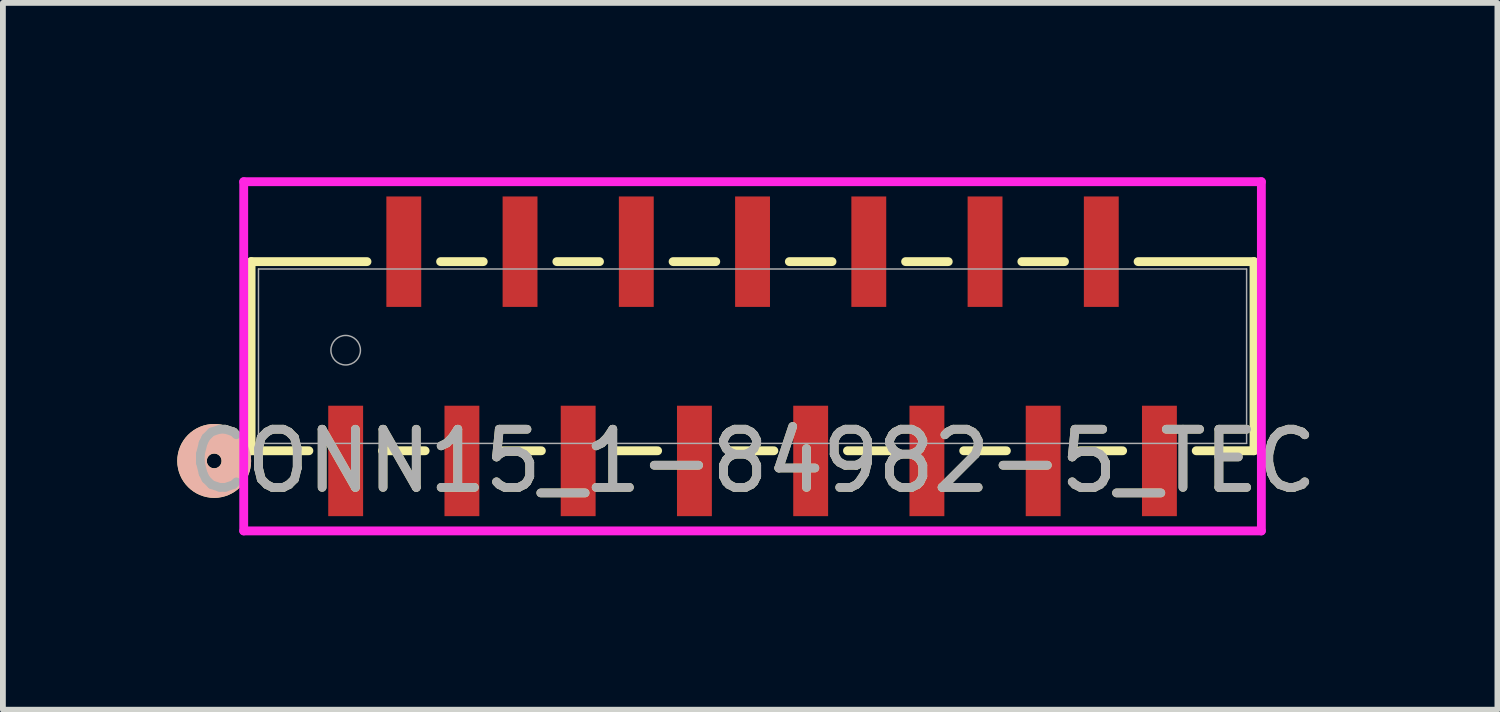
<source format=kicad_pcb>
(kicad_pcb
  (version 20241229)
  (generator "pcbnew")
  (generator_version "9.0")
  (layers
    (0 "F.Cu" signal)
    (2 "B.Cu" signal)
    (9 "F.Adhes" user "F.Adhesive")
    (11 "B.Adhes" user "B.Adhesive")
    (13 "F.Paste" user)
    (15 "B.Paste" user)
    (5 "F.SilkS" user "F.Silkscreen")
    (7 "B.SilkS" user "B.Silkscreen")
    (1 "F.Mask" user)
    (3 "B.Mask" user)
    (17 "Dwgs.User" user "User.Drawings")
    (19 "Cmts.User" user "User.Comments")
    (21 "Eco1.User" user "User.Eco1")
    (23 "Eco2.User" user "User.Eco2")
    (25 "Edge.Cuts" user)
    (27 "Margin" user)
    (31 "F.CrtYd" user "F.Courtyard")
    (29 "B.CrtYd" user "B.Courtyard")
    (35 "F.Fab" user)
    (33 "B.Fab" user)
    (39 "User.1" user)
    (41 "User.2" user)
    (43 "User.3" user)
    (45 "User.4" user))
  (footprint "CONN15_1-84982-5_TEC"
    (layer "F.Cu")
    (at 9.897 3.078)
    (property "Reference" "CONN15_1-84982-5_TEC" (at 0 1.802 0) (unlocked yes) (layer "F.SilkS") (effects (font (size 1 1) (thickness 0.15))))
    (attr smd)
    (fp_line (start -8.627 -1.627) (end -8.627 1.627) (stroke (width 0.152) (type solid)) (layer "F.SilkS"))
    (fp_line (start -8.627 1.627) (end -7.633 1.627) (stroke (width 0.152) (type solid)) (layer "F.SilkS"))
    (fp_line (start -6.633 -1.627) (end -8.627 -1.627) (stroke (width 0.152) (type solid)) (layer "F.SilkS"))
    (fp_line (start -6.367 1.627) (end -5.633 1.627) (stroke (width 0.152) (type solid)) (layer "F.SilkS"))
    (fp_line (start -4.633 -1.627) (end -5.367 -1.627) (stroke (width 0.152) (type solid)) (layer "F.SilkS"))
    (fp_line (start -4.367 1.627) (end -3.633 1.627) (stroke (width 0.152) (type solid)) (layer "F.SilkS"))
    (fp_line (start -2.633 -1.627) (end -3.367 -1.627) (stroke (width 0.152) (type solid)) (layer "F.SilkS"))
    (fp_line (start -2.367 1.627) (end -1.633 1.627) (stroke (width 0.152) (type solid)) (layer "F.SilkS"))
    (fp_line (start -0.633 -1.627) (end -1.367 -1.627) (stroke (width 0.152) (type solid)) (layer "F.SilkS"))
    (fp_line (start -0.367 1.627) (end 0.367 1.627) (stroke (width 0.152) (type solid)) (layer "F.SilkS"))
    (fp_line (start 1.367 -1.627) (end 0.633 -1.627) (stroke (width 0.152) (type solid)) (layer "F.SilkS"))
    (fp_line (start 1.633 1.627) (end 2.367 1.627) (stroke (width 0.152) (type solid)) (layer "F.SilkS"))
    (fp_line (start 3.367 -1.627) (end 2.633 -1.627) (stroke (width 0.152) (type solid)) (layer "F.SilkS"))
    (fp_line (start 3.633 1.627) (end 4.367 1.627) (stroke (width 0.152) (type solid)) (layer "F.SilkS"))
    (fp_line (start 5.367 -1.627) (end 4.633 -1.627) (stroke (width 0.152) (type solid)) (layer "F.SilkS"))
    (fp_line (start 5.633 1.627) (end 6.367 1.627) (stroke (width 0.152) (type solid)) (layer "F.SilkS"))
    (fp_line (start 7.633 1.627) (end 8.627 1.627) (stroke (width 0.152) (type solid)) (layer "F.SilkS"))
    (fp_line (start 8.627 -1.627) (end 6.633 -1.627) (stroke (width 0.152) (type solid)) (layer "F.SilkS"))
    (fp_line (start 8.627 1.627) (end 8.627 -1.627) (stroke (width 0.152) (type solid)) (layer "F.SilkS"))
    (fp_circle (center -9.262 1.802) (end -8.881 1.802) (stroke (width 0.508) (type solid)) (fill no) (layer "F.SilkS"))
    (fp_circle (center -9.262 1.802) (end -8.881 1.802) (stroke (width 0.508) (type solid)) (fill no) (layer "B.SilkS"))
    (fp_line (start -8.754 -3.002) (end -8.754 3.006) (stroke (width 0.152) (type solid)) (layer "F.CrtYd"))
    (fp_line (start -8.754 3.006) (end 8.754 3.006) (stroke (width 0.152) (type solid)) (layer "F.CrtYd"))
    (fp_line (start 8.754 -3.002) (end -8.754 -3.002) (stroke (width 0.152) (type solid)) (layer "F.CrtYd"))
    (fp_line (start 8.754 3.006) (end 8.754 -3.002) (stroke (width 0.152) (type solid)) (layer "F.CrtYd"))
    (fp_line (start -8.5 -1.5) (end -8.5 1.5) (stroke (width 0.025) (type solid)) (layer "F.Fab"))
    (fp_line (start -8.5 1.5) (end 8.5 1.5) (stroke (width 0.025) (type solid)) (layer "F.Fab"))
    (fp_line (start 8.5 -1.5) (end -8.5 -1.5) (stroke (width 0.025) (type solid)) (layer "F.Fab"))
    (fp_line (start 8.5 1.5) (end 8.5 -1.5) (stroke (width 0.025) (type solid)) (layer "F.Fab"))
    (fp_circle (center -7 -0.103) (end -6.746 -0.103) (stroke (width 0.025) (type solid)) (fill no) (layer "F.Fab"))
    (fp_text user "${REFERENCE}" (at 0 1.802 0) (unlocked yes) (layer "F.Fab") (effects (font (size 1 1) (thickness 0.15))))
    (pad "1" smd rect (at -7 1.802) (size 0.6 1.9) (layers "F.Cu" "F.Mask" "F.Paste"))
    (pad "2" smd rect (at -6 -1.798) (size 0.6 1.9) (layers "F.Cu" "F.Mask" "F.Paste"))
    (pad "3" smd rect (at -5 1.802) (size 0.6 1.9) (layers "F.Cu" "F.Mask" "F.Paste"))
    (pad "4" smd rect (at -4 -1.798) (size 0.6 1.9) (layers "F.Cu" "F.Mask" "F.Paste"))
    (pad "5" smd rect (at -3 1.802) (size 0.6 1.9) (layers "F.Cu" "F.Mask" "F.Paste"))
    (pad "6" smd rect (at -2 -1.798) (size 0.6 1.9) (layers "F.Cu" "F.Mask" "F.Paste"))
    (pad "7" smd rect (at -1 1.802) (size 0.6 1.9) (layers "F.Cu" "F.Mask" "F.Paste"))
    (pad "8" smd rect (at 0 -1.798) (size 0.6 1.9) (layers "F.Cu" "F.Mask" "F.Paste"))
    (pad "9" smd rect (at 1 1.802) (size 0.6 1.9) (layers "F.Cu" "F.Mask" "F.Paste"))
    (pad "10" smd rect (at 2 -1.798) (size 0.6 1.9) (layers "F.Cu" "F.Mask" "F.Paste"))
    (pad "11" smd rect (at 3 1.802) (size 0.6 1.9) (layers "F.Cu" "F.Mask" "F.Paste"))
    (pad "12" smd rect (at 4 -1.798) (size 0.6 1.9) (layers "F.Cu" "F.Mask" "F.Paste"))
    (pad "13" smd rect (at 5 1.802) (size 0.6 1.9) (layers "F.Cu" "F.Mask" "F.Paste"))
    (pad "14" smd rect (at 6 -1.798) (size 0.6 1.9) (layers "F.Cu" "F.Mask" "F.Paste"))
    (pad "15" smd rect (at 7 1.802) (size 0.6 1.9) (layers "F.Cu" "F.Mask" "F.Paste")))
  (gr_rect
    (start -3 -3)
    (end 22.712 9.16)
    (stroke (width 0.1) (type default))
    (fill no)
    (layer "Edge.Cuts")))
</source>
